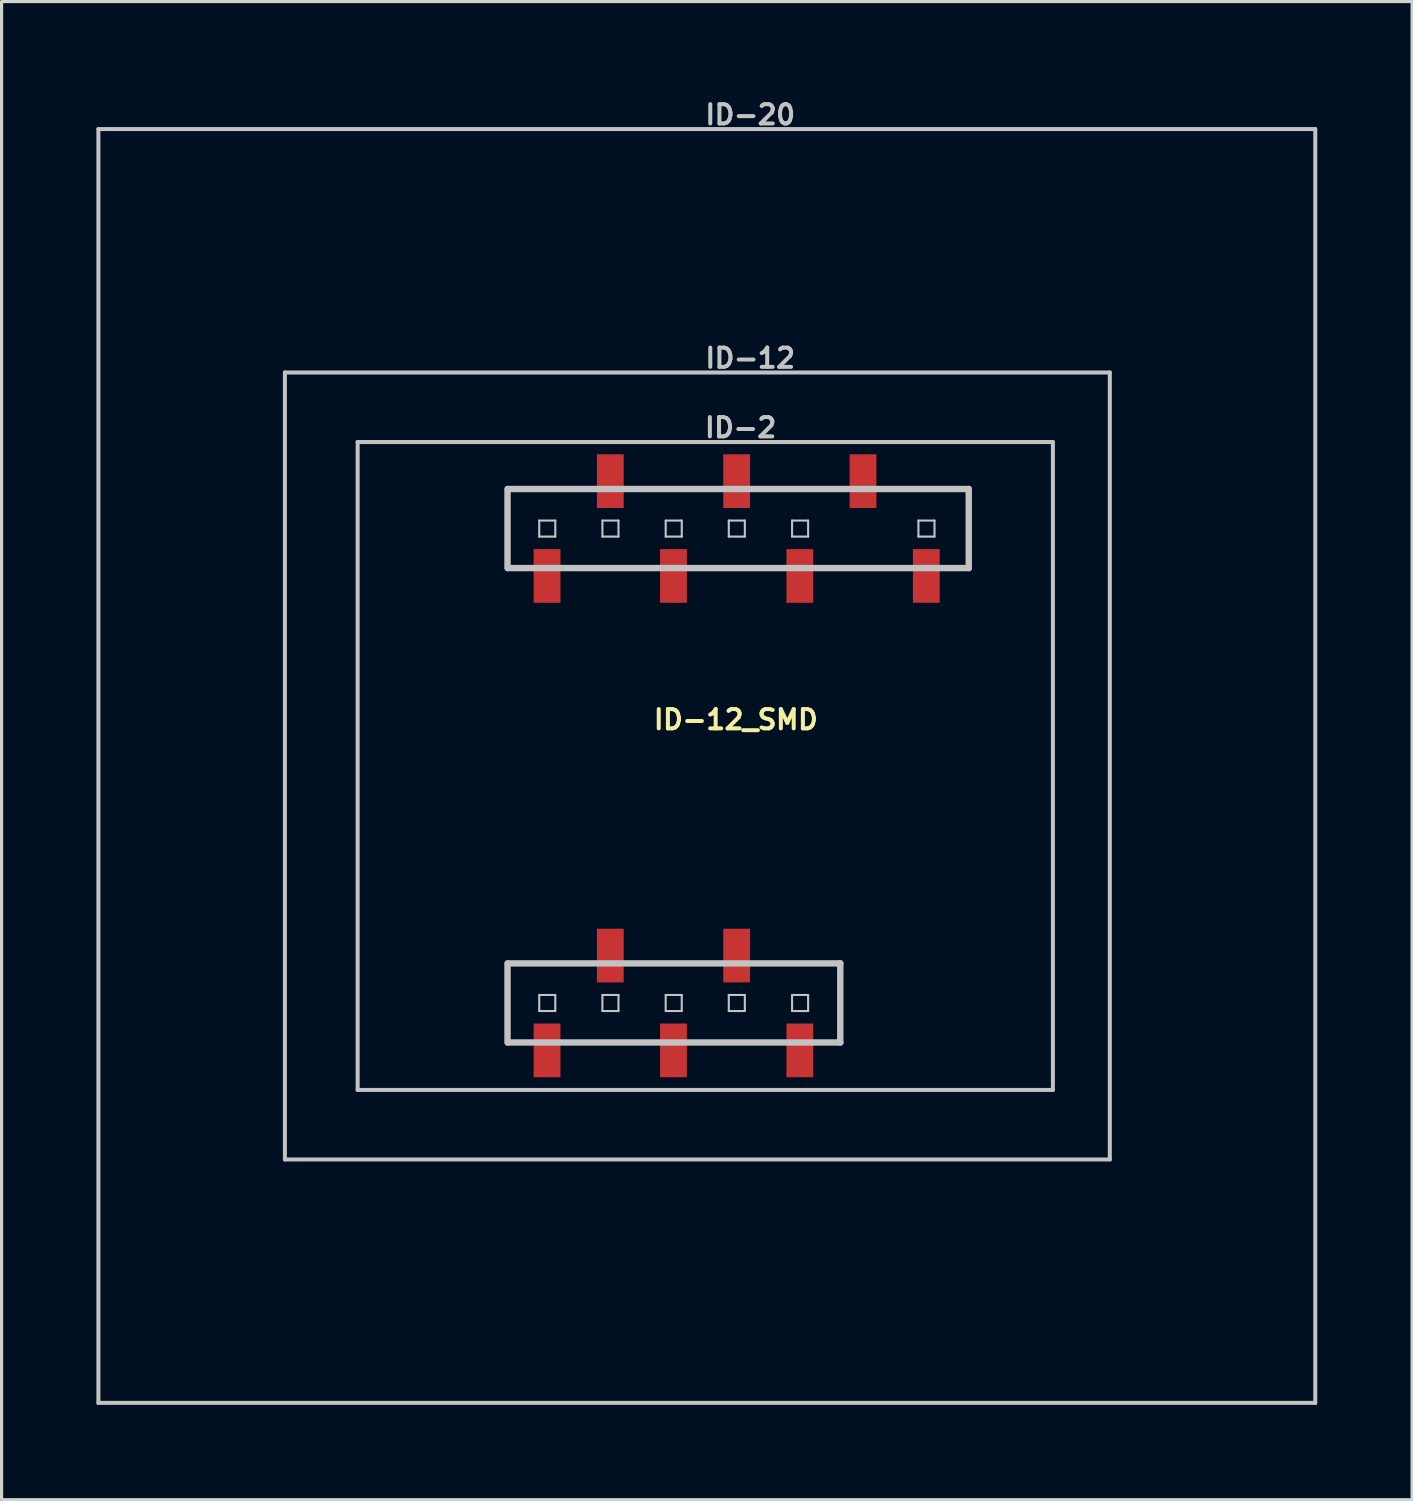
<source format=kicad_pcb>
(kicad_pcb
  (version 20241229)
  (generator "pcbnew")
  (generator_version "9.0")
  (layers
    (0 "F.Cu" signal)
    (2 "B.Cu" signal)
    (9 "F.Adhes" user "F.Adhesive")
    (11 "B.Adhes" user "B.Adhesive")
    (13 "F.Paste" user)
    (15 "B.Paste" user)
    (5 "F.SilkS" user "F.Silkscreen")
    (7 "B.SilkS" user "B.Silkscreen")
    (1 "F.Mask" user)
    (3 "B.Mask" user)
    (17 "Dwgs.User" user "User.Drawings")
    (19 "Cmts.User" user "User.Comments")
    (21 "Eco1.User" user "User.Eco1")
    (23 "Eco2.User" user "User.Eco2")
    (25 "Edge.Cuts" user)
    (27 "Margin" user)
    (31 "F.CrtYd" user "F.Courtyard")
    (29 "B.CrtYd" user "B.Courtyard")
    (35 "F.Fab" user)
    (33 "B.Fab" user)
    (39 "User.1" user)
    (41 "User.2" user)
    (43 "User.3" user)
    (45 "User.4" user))
  (footprint "ID-12_SMD"
    (layer "F.Cu")
    (at 19.263 21.184)
    (property "Reference" "ID-12_SMD" (at 0.968 -1.466 0) (layer "F.SilkS") (effects (font (size 0.61 0.61) (thickness 0.127))))
    (attr smd)
    (fp_line (start -19.2 -20.15) (end 19.299 -20.15) (stroke (width 0.127) (type solid)) (layer "Dwgs.User"))
    (fp_line (start -19.2 20.15) (end -19.2 -20.15) (stroke (width 0.127) (type solid)) (layer "Dwgs.User"))
    (fp_line (start -13.299 -12.449) (end -13.299 12.449) (stroke (width 0.127) (type solid)) (layer "Dwgs.User"))
    (fp_line (start -13.299 12.449) (end 12.799 12.449) (stroke (width 0.127) (type solid)) (layer "Dwgs.User"))
    (fp_line (start -10.998 -10.249) (end 10.998 -10.249) (stroke (width 0.127) (type solid)) (layer "Dwgs.User"))
    (fp_line (start -10.998 10.249) (end -10.998 -10.249) (stroke (width 0.127) (type solid)) (layer "Dwgs.User"))
    (fp_line (start -6.256 -8.763) (end -6.256 -6.261) (stroke (width 0.203) (type solid)) (layer "Dwgs.User"))
    (fp_line (start -6.256 6.246) (end -6.256 8.748) (stroke (width 0.203) (type solid)) (layer "Dwgs.User"))
    (fp_line (start -6.243 -8.763) (end 8.336 -8.763) (stroke (width 0.203) (type solid)) (layer "Dwgs.User"))
    (fp_line (start -6.243 6.246) (end 4.272 6.246) (stroke (width 0.203) (type solid)) (layer "Dwgs.User"))
    (fp_line (start -5.253 -7.765) (end -4.745 -7.765) (stroke (width 0.066) (type solid)) (layer "Dwgs.User"))
    (fp_line (start -5.253 -7.257) (end -5.253 -7.765) (stroke (width 0.066) (type solid)) (layer "Dwgs.User"))
    (fp_line (start -5.253 -7.257) (end -4.745 -7.257) (stroke (width 0.066) (type solid)) (layer "Dwgs.User"))
    (fp_line (start -5.253 7.244) (end -4.745 7.244) (stroke (width 0.066) (type solid)) (layer "Dwgs.User"))
    (fp_line (start -5.253 7.752) (end -5.253 7.244) (stroke (width 0.066) (type solid)) (layer "Dwgs.User"))
    (fp_line (start -5.253 7.752) (end -4.745 7.752) (stroke (width 0.066) (type solid)) (layer "Dwgs.User"))
    (fp_line (start -4.745 -7.257) (end -4.745 -7.765) (stroke (width 0.066) (type solid)) (layer "Dwgs.User"))
    (fp_line (start -4.745 7.752) (end -4.745 7.244) (stroke (width 0.066) (type solid)) (layer "Dwgs.User"))
    (fp_line (start -3.254 -7.765) (end -2.746 -7.765) (stroke (width 0.066) (type solid)) (layer "Dwgs.User"))
    (fp_line (start -3.254 -7.257) (end -3.254 -7.765) (stroke (width 0.066) (type solid)) (layer "Dwgs.User"))
    (fp_line (start -3.254 -7.257) (end -2.746 -7.257) (stroke (width 0.066) (type solid)) (layer "Dwgs.User"))
    (fp_line (start -3.254 7.244) (end -2.746 7.244) (stroke (width 0.066) (type solid)) (layer "Dwgs.User"))
    (fp_line (start -3.254 7.752) (end -3.254 7.244) (stroke (width 0.066) (type solid)) (layer "Dwgs.User"))
    (fp_line (start -3.254 7.752) (end -2.746 7.752) (stroke (width 0.066) (type solid)) (layer "Dwgs.User"))
    (fp_line (start -2.746 -7.257) (end -2.746 -7.765) (stroke (width 0.066) (type solid)) (layer "Dwgs.User"))
    (fp_line (start -2.746 7.752) (end -2.746 7.244) (stroke (width 0.066) (type solid)) (layer "Dwgs.User"))
    (fp_line (start -1.252 -7.765) (end -0.744 -7.765) (stroke (width 0.066) (type solid)) (layer "Dwgs.User"))
    (fp_line (start -1.252 -7.257) (end -1.252 -7.765) (stroke (width 0.066) (type solid)) (layer "Dwgs.User"))
    (fp_line (start -1.252 -7.257) (end -0.744 -7.257) (stroke (width 0.066) (type solid)) (layer "Dwgs.User"))
    (fp_line (start -1.252 7.244) (end -0.744 7.244) (stroke (width 0.066) (type solid)) (layer "Dwgs.User"))
    (fp_line (start -1.252 7.752) (end -1.252 7.244) (stroke (width 0.066) (type solid)) (layer "Dwgs.User"))
    (fp_line (start -1.252 7.752) (end -0.744 7.752) (stroke (width 0.066) (type solid)) (layer "Dwgs.User"))
    (fp_line (start -0.744 -7.257) (end -0.744 -7.765) (stroke (width 0.066) (type solid)) (layer "Dwgs.User"))
    (fp_line (start -0.744 7.752) (end -0.744 7.244) (stroke (width 0.066) (type solid)) (layer "Dwgs.User"))
    (fp_line (start 0.744 -7.765) (end 1.252 -7.765) (stroke (width 0.066) (type solid)) (layer "Dwgs.User"))
    (fp_line (start 0.744 -7.257) (end 0.744 -7.765) (stroke (width 0.066) (type solid)) (layer "Dwgs.User"))
    (fp_line (start 0.744 -7.257) (end 1.252 -7.257) (stroke (width 0.066) (type solid)) (layer "Dwgs.User"))
    (fp_line (start 0.744 7.244) (end 1.252 7.244) (stroke (width 0.066) (type solid)) (layer "Dwgs.User"))
    (fp_line (start 0.744 7.752) (end 0.744 7.244) (stroke (width 0.066) (type solid)) (layer "Dwgs.User"))
    (fp_line (start 0.744 7.752) (end 1.252 7.752) (stroke (width 0.066) (type solid)) (layer "Dwgs.User"))
    (fp_line (start 1.252 -7.257) (end 1.252 -7.765) (stroke (width 0.066) (type solid)) (layer "Dwgs.User"))
    (fp_line (start 1.252 7.752) (end 1.252 7.244) (stroke (width 0.066) (type solid)) (layer "Dwgs.User"))
    (fp_line (start 2.746 -7.765) (end 3.254 -7.765) (stroke (width 0.066) (type solid)) (layer "Dwgs.User"))
    (fp_line (start 2.746 -7.257) (end 2.746 -7.765) (stroke (width 0.066) (type solid)) (layer "Dwgs.User"))
    (fp_line (start 2.746 -7.257) (end 3.254 -7.257) (stroke (width 0.066) (type solid)) (layer "Dwgs.User"))
    (fp_line (start 2.746 7.244) (end 3.254 7.244) (stroke (width 0.066) (type solid)) (layer "Dwgs.User"))
    (fp_line (start 2.746 7.752) (end 2.746 7.244) (stroke (width 0.066) (type solid)) (layer "Dwgs.User"))
    (fp_line (start 2.746 7.752) (end 3.254 7.752) (stroke (width 0.066) (type solid)) (layer "Dwgs.User"))
    (fp_line (start 3.254 -7.257) (end 3.254 -7.765) (stroke (width 0.066) (type solid)) (layer "Dwgs.User"))
    (fp_line (start 3.254 7.752) (end 3.254 7.244) (stroke (width 0.066) (type solid)) (layer "Dwgs.User"))
    (fp_line (start 4.272 6.246) (end 4.272 8.748) (stroke (width 0.203) (type solid)) (layer "Dwgs.User"))
    (fp_line (start 4.272 8.748) (end -6.243 8.748) (stroke (width 0.203) (type solid)) (layer "Dwgs.User"))
    (fp_line (start 6.744 -7.765) (end 7.252 -7.765) (stroke (width 0.066) (type solid)) (layer "Dwgs.User"))
    (fp_line (start 6.744 -7.257) (end 6.744 -7.765) (stroke (width 0.066) (type solid)) (layer "Dwgs.User"))
    (fp_line (start 6.744 -7.257) (end 7.252 -7.257) (stroke (width 0.066) (type solid)) (layer "Dwgs.User"))
    (fp_line (start 7.252 -7.257) (end 7.252 -7.765) (stroke (width 0.066) (type solid)) (layer "Dwgs.User"))
    (fp_line (start 8.336 -8.763) (end 8.336 -6.261) (stroke (width 0.203) (type solid)) (layer "Dwgs.User"))
    (fp_line (start 8.336 -6.261) (end -6.243 -6.261) (stroke (width 0.203) (type solid)) (layer "Dwgs.User"))
    (fp_line (start 10.998 -10.249) (end 10.998 10.249) (stroke (width 0.127) (type solid)) (layer "Dwgs.User"))
    (fp_line (start 10.998 10.249) (end -10.998 10.249) (stroke (width 0.127) (type solid)) (layer "Dwgs.User"))
    (fp_line (start 12.799 -12.449) (end -13.299 -12.449) (stroke (width 0.127) (type solid)) (layer "Dwgs.User"))
    (fp_line (start 12.799 12.449) (end 12.799 -12.449) (stroke (width 0.127) (type solid)) (layer "Dwgs.User"))
    (fp_line (start 19.299 -20.15) (end 19.299 20.15) (stroke (width 0.127) (type solid)) (layer "Dwgs.User"))
    (fp_line (start 19.299 20.15) (end -19.2 20.15) (stroke (width 0.127) (type solid)) (layer "Dwgs.User"))
    (fp_text user "ID-12" (at 1.422 -12.903 0) (layer "Dwgs.User") (effects (font (size 0.61 0.61) (thickness 0.127))))
    (fp_text user "ID-2" (at 1.118 -10.704 0) (layer "Dwgs.User") (effects (font (size 0.61 0.61) (thickness 0.127))))
    (fp_text user "ID-20" (at 1.422 -20.604 0) (layer "Dwgs.User") (effects (font (size 0.61 0.61) (thickness 0.127))))
    (pad "1" smd rect (at 2.992 8.997) (size 0.848 1.699) (layers "F.Cu" "F.Mask" "F.Paste"))
    (pad "2" smd rect (at 0.993 5.997) (size 0.848 1.699) (layers "F.Cu" "F.Mask" "F.Paste"))
    (pad "3" smd rect (at -1.006 8.997) (size 0.848 1.699) (layers "F.Cu" "F.Mask" "F.Paste"))
    (pad "4" smd rect (at -3.005 5.997) (size 0.848 1.699) (layers "F.Cu" "F.Mask" "F.Paste"))
    (pad "5" smd rect (at -5.006 8.997) (size 0.848 1.699) (layers "F.Cu" "F.Mask" "F.Paste"))
    (pad "6" smd rect (at -5.006 -6.012) (size 0.848 1.699) (layers "F.Cu" "F.Mask" "F.Paste"))
    (pad "7" smd rect (at -3.005 -9.012) (size 0.848 1.699) (layers "F.Cu" "F.Mask" "F.Paste"))
    (pad "8" smd rect (at -1.006 -6.012) (size 0.848 1.699) (layers "F.Cu" "F.Mask" "F.Paste"))
    (pad "9" smd rect (at 0.993 -9.012) (size 0.848 1.699) (layers "F.Cu" "F.Mask" "F.Paste"))
    (pad "10" smd rect (at 2.992 -6.012) (size 0.848 1.699) (layers "F.Cu" "F.Mask" "F.Paste"))
    (pad "11" smd rect (at 6.993 -6.012) (size 0.848 1.699) (layers "F.Cu" "F.Mask" "F.Paste"))
    (pad "NC" smd rect (at 4.991 -9.012) (size 0.848 1.699) (layers "F.Cu" "F.Mask" "F.Paste")))
  (gr_rect
    (start -3 -3)
    (end 41.626 44.397)
    (stroke (width 0.1) (type default))
    (fill no)
    (layer "Edge.Cuts")))
</source>
